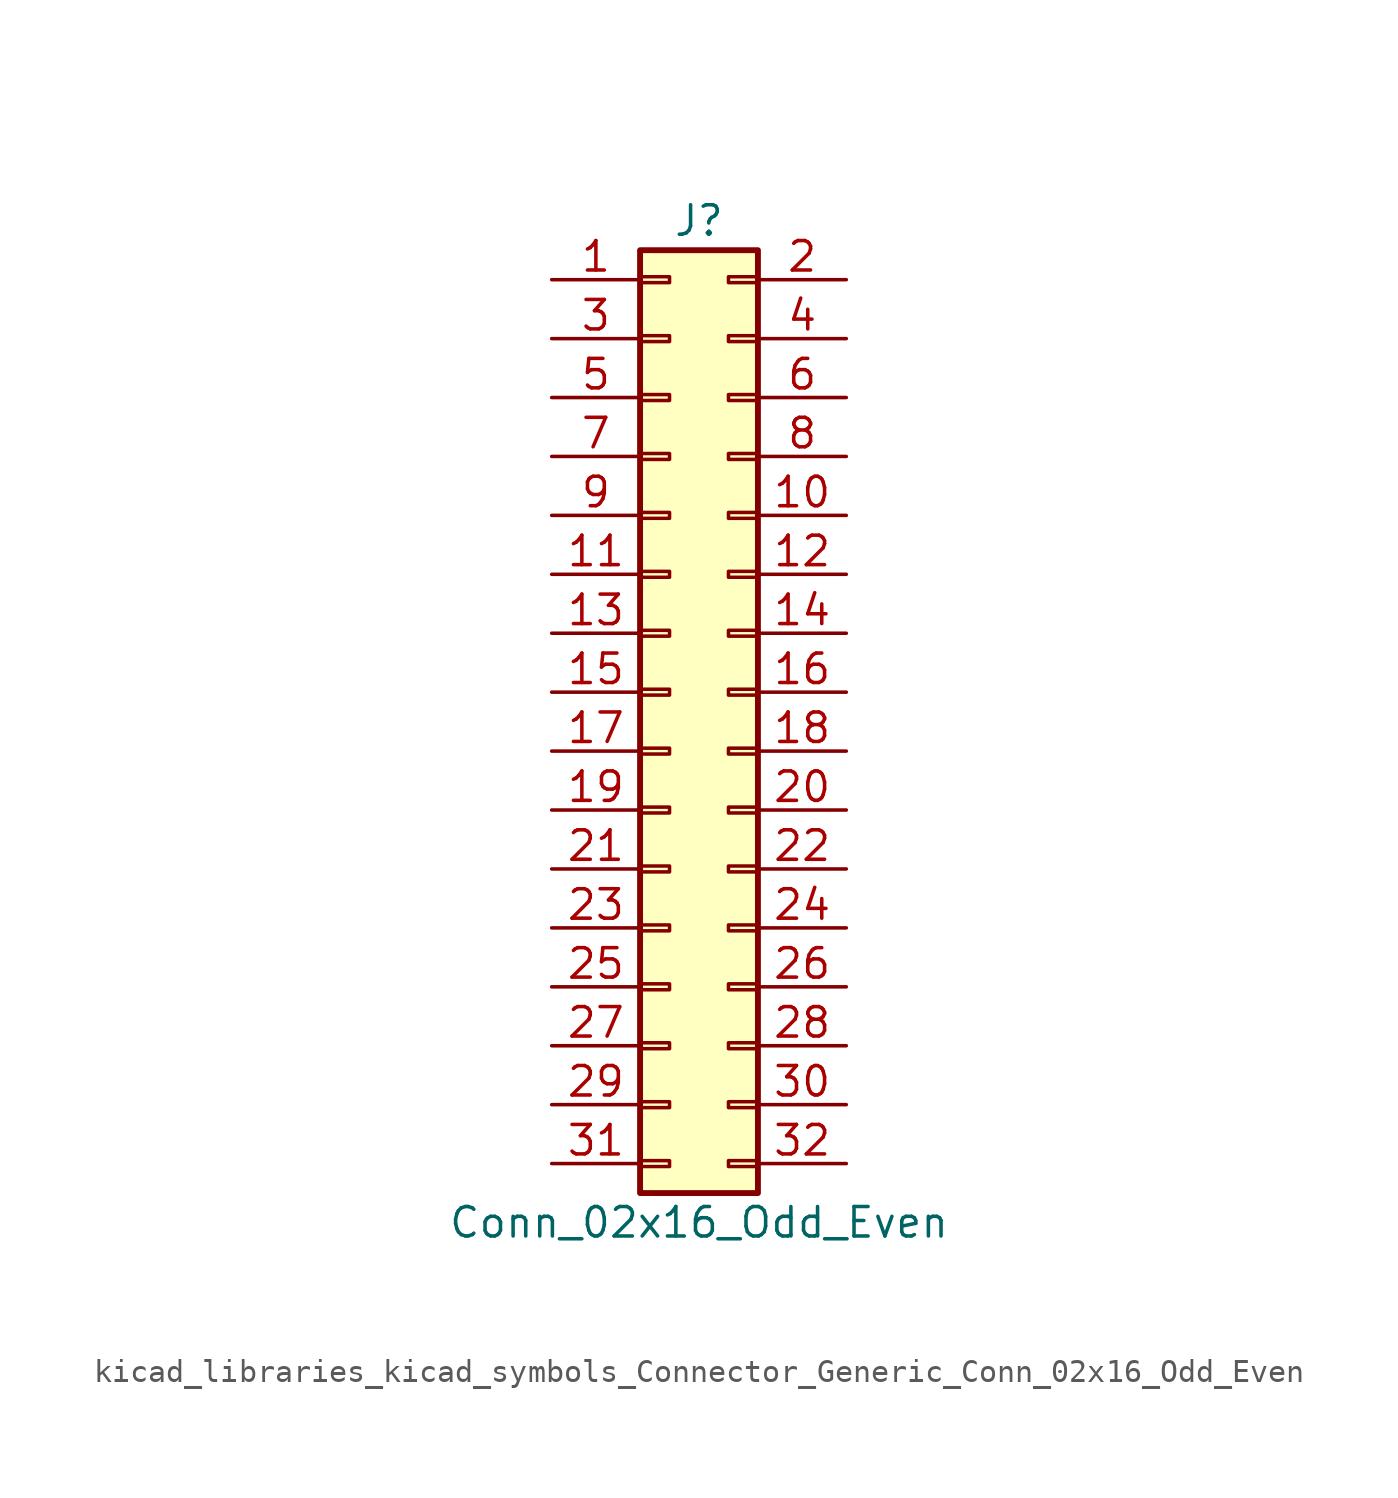
<source format=kicad_sym>
(kicad_symbol_lib
  (version 20220914)
  (generator kicad_symbol_editor)
  (symbol "kicad_libraries_kicad_symbols_Connector_Generic_Conn_02x16_Odd_Even"
    (pin_names
      (offset 1.016) hide)
    (property "Reference" "J"
      (at 1.27 20.32 0)
      (effects (font (size 1.27 1.27))))
    (property "Value" "Conn_02x16_Odd_Even"
      (at 1.27 -22.86 0)
      (effects (font (size 1.27 1.27))))
    (symbol "kicad_libraries_kicad_symbols_Connector_Generic_Conn_02x16_Odd_Even_1_1"
      (rectangle (start -1.27 -20.193) (end 0 -20.447) (stroke (width 0.152) (type default)) (fill (type none)))
      (rectangle (start -1.27 -17.653) (end 0 -17.907) (stroke (width 0.152) (type default)) (fill (type none)))
      (rectangle (start -1.27 -15.113) (end 0 -15.367) (stroke (width 0.152) (type default)) (fill (type none)))
      (rectangle (start -1.27 -12.573) (end 0 -12.827) (stroke (width 0.152) (type default)) (fill (type none)))
      (rectangle (start -1.27 -10.033) (end 0 -10.287) (stroke (width 0.152) (type default)) (fill (type none)))
      (rectangle (start -1.27 -7.493) (end 0 -7.747) (stroke (width 0.152) (type default)) (fill (type none)))
      (rectangle (start -1.27 -4.953) (end 0 -5.207) (stroke (width 0.152) (type default)) (fill (type none)))
      (rectangle (start -1.27 -2.413) (end 0 -2.667) (stroke (width 0.152) (type default)) (fill (type none)))
      (rectangle (start -1.27 0.127) (end 0 -0.127) (stroke (width 0.152) (type default)) (fill (type none)))
      (rectangle (start -1.27 2.667) (end 0 2.413) (stroke (width 0.152) (type default)) (fill (type none)))
      (rectangle (start -1.27 5.207) (end 0 4.953) (stroke (width 0.152) (type default)) (fill (type none)))
      (rectangle (start -1.27 7.747) (end 0 7.493) (stroke (width 0.152) (type default)) (fill (type none)))
      (rectangle (start -1.27 10.287) (end 0 10.033) (stroke (width 0.152) (type default)) (fill (type none)))
      (rectangle (start -1.27 12.827) (end 0 12.573) (stroke (width 0.152) (type default)) (fill (type none)))
      (rectangle (start -1.27 15.367) (end 0 15.113) (stroke (width 0.152) (type default)) (fill (type none)))
      (rectangle (start -1.27 17.907) (end 0 17.653) (stroke (width 0.152) (type default)) (fill (type none)))
      (rectangle (start -1.27 19.05) (end 3.81 -21.59) (stroke (width 0.254) (type default)) (fill (type background)))
      (rectangle (start 3.81 -20.193) (end 2.54 -20.447) (stroke (width 0.152) (type default)) (fill (type none)))
      (rectangle (start 3.81 -17.653) (end 2.54 -17.907) (stroke (width 0.152) (type default)) (fill (type none)))
      (rectangle (start 3.81 -15.113) (end 2.54 -15.367) (stroke (width 0.152) (type default)) (fill (type none)))
      (rectangle (start 3.81 -12.573) (end 2.54 -12.827) (stroke (width 0.152) (type default)) (fill (type none)))
      (rectangle (start 3.81 -10.033) (end 2.54 -10.287) (stroke (width 0.152) (type default)) (fill (type none)))
      (rectangle (start 3.81 -7.493) (end 2.54 -7.747) (stroke (width 0.152) (type default)) (fill (type none)))
      (rectangle (start 3.81 -4.953) (end 2.54 -5.207) (stroke (width 0.152) (type default)) (fill (type none)))
      (rectangle (start 3.81 -2.413) (end 2.54 -2.667) (stroke (width 0.152) (type default)) (fill (type none)))
      (rectangle (start 3.81 0.127) (end 2.54 -0.127) (stroke (width 0.152) (type default)) (fill (type none)))
      (rectangle (start 3.81 2.667) (end 2.54 2.413) (stroke (width 0.152) (type default)) (fill (type none)))
      (rectangle (start 3.81 5.207) (end 2.54 4.953) (stroke (width 0.152) (type default)) (fill (type none)))
      (rectangle (start 3.81 7.747) (end 2.54 7.493) (stroke (width 0.152) (type default)) (fill (type none)))
      (rectangle (start 3.81 10.287) (end 2.54 10.033) (stroke (width 0.152) (type default)) (fill (type none)))
      (rectangle (start 3.81 12.827) (end 2.54 12.573) (stroke (width 0.152) (type default)) (fill (type none)))
      (rectangle (start 3.81 15.367) (end 2.54 15.113) (stroke (width 0.152) (type default)) (fill (type none)))
      (rectangle (start 3.81 17.907) (end 2.54 17.653) (stroke (width 0.152) (type default)) (fill (type none)))
      (pin passive line (at -5.08 17.78 0) (length 3.81) (name "Pin_1" (effects (font (size 1.27 1.27)))) (number "1" (effects (font (size 1.27 1.27)))))
      (pin passive line (at 7.62 7.62 180) (length 3.81) (name "Pin_10" (effects (font (size 1.27 1.27)))) (number "10" (effects (font (size 1.27 1.27)))))
      (pin passive line (at -5.08 5.08 0) (length 3.81) (name "Pin_11" (effects (font (size 1.27 1.27)))) (number "11" (effects (font (size 1.27 1.27)))))
      (pin passive line (at 7.62 5.08 180) (length 3.81) (name "Pin_12" (effects (font (size 1.27 1.27)))) (number "12" (effects (font (size 1.27 1.27)))))
      (pin passive line (at -5.08 2.54 0) (length 3.81) (name "Pin_13" (effects (font (size 1.27 1.27)))) (number "13" (effects (font (size 1.27 1.27)))))
      (pin passive line (at 7.62 2.54 180) (length 3.81) (name "Pin_14" (effects (font (size 1.27 1.27)))) (number "14" (effects (font (size 1.27 1.27)))))
      (pin passive line (at -5.08 0 0) (length 3.81) (name "Pin_15" (effects (font (size 1.27 1.27)))) (number "15" (effects (font (size 1.27 1.27)))))
      (pin passive line (at 7.62 0 180) (length 3.81) (name "Pin_16" (effects (font (size 1.27 1.27)))) (number "16" (effects (font (size 1.27 1.27)))))
      (pin passive line (at -5.08 -2.54 0) (length 3.81) (name "Pin_17" (effects (font (size 1.27 1.27)))) (number "17" (effects (font (size 1.27 1.27)))))
      (pin passive line (at 7.62 -2.54 180) (length 3.81) (name "Pin_18" (effects (font (size 1.27 1.27)))) (number "18" (effects (font (size 1.27 1.27)))))
      (pin passive line (at -5.08 -5.08 0) (length 3.81) (name "Pin_19" (effects (font (size 1.27 1.27)))) (number "19" (effects (font (size 1.27 1.27)))))
      (pin passive line (at 7.62 17.78 180) (length 3.81) (name "Pin_2" (effects (font (size 1.27 1.27)))) (number "2" (effects (font (size 1.27 1.27)))))
      (pin passive line (at 7.62 -5.08 180) (length 3.81) (name "Pin_20" (effects (font (size 1.27 1.27)))) (number "20" (effects (font (size 1.27 1.27)))))
      (pin passive line (at -5.08 -7.62 0) (length 3.81) (name "Pin_21" (effects (font (size 1.27 1.27)))) (number "21" (effects (font (size 1.27 1.27)))))
      (pin passive line (at 7.62 -7.62 180) (length 3.81) (name "Pin_22" (effects (font (size 1.27 1.27)))) (number "22" (effects (font (size 1.27 1.27)))))
      (pin passive line (at -5.08 -10.16 0) (length 3.81) (name "Pin_23" (effects (font (size 1.27 1.27)))) (number "23" (effects (font (size 1.27 1.27)))))
      (pin passive line (at 7.62 -10.16 180) (length 3.81) (name "Pin_24" (effects (font (size 1.27 1.27)))) (number "24" (effects (font (size 1.27 1.27)))))
      (pin passive line (at -5.08 -12.7 0) (length 3.81) (name "Pin_25" (effects (font (size 1.27 1.27)))) (number "25" (effects (font (size 1.27 1.27)))))
      (pin passive line (at 7.62 -12.7 180) (length 3.81) (name "Pin_26" (effects (font (size 1.27 1.27)))) (number "26" (effects (font (size 1.27 1.27)))))
      (pin passive line (at -5.08 -15.24 0) (length 3.81) (name "Pin_27" (effects (font (size 1.27 1.27)))) (number "27" (effects (font (size 1.27 1.27)))))
      (pin passive line (at 7.62 -15.24 180) (length 3.81) (name "Pin_28" (effects (font (size 1.27 1.27)))) (number "28" (effects (font (size 1.27 1.27)))))
      (pin passive line (at -5.08 -17.78 0) (length 3.81) (name "Pin_29" (effects (font (size 1.27 1.27)))) (number "29" (effects (font (size 1.27 1.27)))))
      (pin passive line (at -5.08 15.24 0) (length 3.81) (name "Pin_3" (effects (font (size 1.27 1.27)))) (number "3" (effects (font (size 1.27 1.27)))))
      (pin passive line (at 7.62 -17.78 180) (length 3.81) (name "Pin_30" (effects (font (size 1.27 1.27)))) (number "30" (effects (font (size 1.27 1.27)))))
      (pin passive line (at -5.08 -20.32 0) (length 3.81) (name "Pin_31" (effects (font (size 1.27 1.27)))) (number "31" (effects (font (size 1.27 1.27)))))
      (pin passive line (at 7.62 -20.32 180) (length 3.81) (name "Pin_32" (effects (font (size 1.27 1.27)))) (number "32" (effects (font (size 1.27 1.27)))))
      (pin passive line (at 7.62 15.24 180) (length 3.81) (name "Pin_4" (effects (font (size 1.27 1.27)))) (number "4" (effects (font (size 1.27 1.27)))))
      (pin passive line (at -5.08 12.7 0) (length 3.81) (name "Pin_5" (effects (font (size 1.27 1.27)))) (number "5" (effects (font (size 1.27 1.27)))))
      (pin passive line (at 7.62 12.7 180) (length 3.81) (name "Pin_6" (effects (font (size 1.27 1.27)))) (number "6" (effects (font (size 1.27 1.27)))))
      (pin passive line (at -5.08 10.16 0) (length 3.81) (name "Pin_7" (effects (font (size 1.27 1.27)))) (number "7" (effects (font (size 1.27 1.27)))))
      (pin passive line (at 7.62 10.16 180) (length 3.81) (name "Pin_8" (effects (font (size 1.27 1.27)))) (number "8" (effects (font (size 1.27 1.27)))))
      (pin passive line (at -5.08 7.62 0) (length 3.81) (name "Pin_9" (effects (font (size 1.27 1.27)))) (number "9" (effects (font (size 1.27 1.27))))))))
</source>
